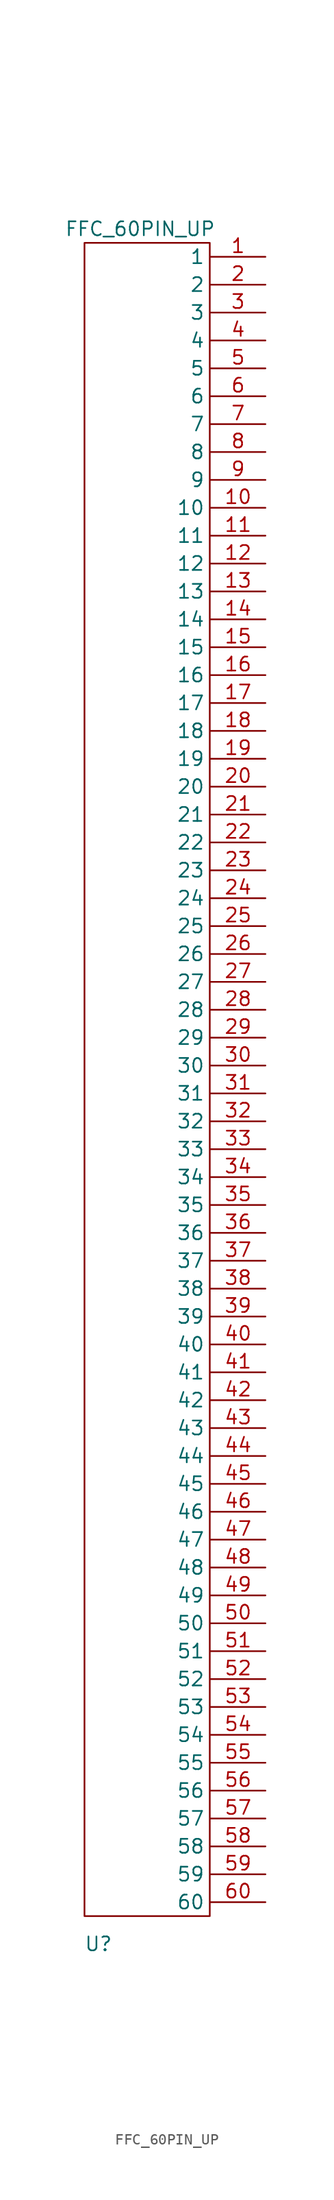
<source format=kicad_sym>
(kicad_symbol_lib
  (version 20211014)
  (generator kicad_symbol_editor)
  (symbol "FFC_60PIN_UP"
    (property "Reference" "U"
      (at 0 -152.4 0)
      (effects (font (size 1.27 1.27))))
    (property "Value" "FFC_60PIN_UP"
      (at 3.81 3.81 0)
      (effects (font (size 1.27 1.27))))
    (symbol "FFC_60PIN_UP_0_1"
      (rectangle (start -1.27 2.54) (end 10.16 -149.86) (stroke (width 0) (type default) (color 0 0 0 0)) (fill (type none))))
    (symbol "FFC_60PIN_UP_1_1"
      (pin input line (at 15.24 1.27 180) (length 5) (name "1" (effects (font (size 1.27 1.27)))) (number "1" (effects (font (size 1.27 1.27)))))
      (pin input line (at 15.24 -21.59 180) (length 5) (name "10" (effects (font (size 1.27 1.27)))) (number "10" (effects (font (size 1.27 1.27)))))
      (pin input line (at 15.24 -24.13 180) (length 5) (name "11" (effects (font (size 1.27 1.27)))) (number "11" (effects (font (size 1.27 1.27)))))
      (pin input line (at 15.24 -26.67 180) (length 5) (name "12" (effects (font (size 1.27 1.27)))) (number "12" (effects (font (size 1.27 1.27)))))
      (pin input line (at 15.24 -29.21 180) (length 5) (name "13" (effects (font (size 1.27 1.27)))) (number "13" (effects (font (size 1.27 1.27)))))
      (pin input line (at 15.24 -31.75 180) (length 5) (name "14" (effects (font (size 1.27 1.27)))) (number "14" (effects (font (size 1.27 1.27)))))
      (pin input line (at 15.24 -34.29 180) (length 5) (name "15" (effects (font (size 1.27 1.27)))) (number "15" (effects (font (size 1.27 1.27)))))
      (pin input line (at 15.24 -36.83 180) (length 5) (name "16" (effects (font (size 1.27 1.27)))) (number "16" (effects (font (size 1.27 1.27)))))
      (pin input line (at 15.24 -39.37 180) (length 5) (name "17" (effects (font (size 1.27 1.27)))) (number "17" (effects (font (size 1.27 1.27)))))
      (pin input line (at 15.24 -41.91 180) (length 5) (name "18" (effects (font (size 1.27 1.27)))) (number "18" (effects (font (size 1.27 1.27)))))
      (pin input line (at 15.24 -44.45 180) (length 5) (name "19" (effects (font (size 1.27 1.27)))) (number "19" (effects (font (size 1.27 1.27)))))
      (pin input line (at 15.24 -1.27 180) (length 5) (name "2" (effects (font (size 1.27 1.27)))) (number "2" (effects (font (size 1.27 1.27)))))
      (pin input line (at 15.24 -46.99 180) (length 5) (name "20" (effects (font (size 1.27 1.27)))) (number "20" (effects (font (size 1.27 1.27)))))
      (pin input line (at 15.24 -49.53 180) (length 5) (name "21" (effects (font (size 1.27 1.27)))) (number "21" (effects (font (size 1.27 1.27)))))
      (pin input line (at 15.24 -52.07 180) (length 5) (name "22" (effects (font (size 1.27 1.27)))) (number "22" (effects (font (size 1.27 1.27)))))
      (pin input line (at 15.24 -54.61 180) (length 5) (name "23" (effects (font (size 1.27 1.27)))) (number "23" (effects (font (size 1.27 1.27)))))
      (pin input line (at 15.24 -57.15 180) (length 5) (name "24" (effects (font (size 1.27 1.27)))) (number "24" (effects (font (size 1.27 1.27)))))
      (pin input line (at 15.24 -59.69 180) (length 5) (name "25" (effects (font (size 1.27 1.27)))) (number "25" (effects (font (size 1.27 1.27)))))
      (pin input line (at 15.24 -62.23 180) (length 5) (name "26" (effects (font (size 1.27 1.27)))) (number "26" (effects (font (size 1.27 1.27)))))
      (pin input line (at 15.24 -64.77 180) (length 5) (name "27" (effects (font (size 1.27 1.27)))) (number "27" (effects (font (size 1.27 1.27)))))
      (pin input line (at 15.24 -67.31 180) (length 5) (name "28" (effects (font (size 1.27 1.27)))) (number "28" (effects (font (size 1.27 1.27)))))
      (pin input line (at 15.24 -69.85 180) (length 5) (name "29" (effects (font (size 1.27 1.27)))) (number "29" (effects (font (size 1.27 1.27)))))
      (pin input line (at 15.24 -3.81 180) (length 5) (name "3" (effects (font (size 1.27 1.27)))) (number "3" (effects (font (size 1.27 1.27)))))
      (pin input line (at 15.24 -72.39 180) (length 5) (name "30" (effects (font (size 1.27 1.27)))) (number "30" (effects (font (size 1.27 1.27)))))
      (pin input line (at 15.24 -74.93 180) (length 5) (name "31" (effects (font (size 1.27 1.27)))) (number "31" (effects (font (size 1.27 1.27)))))
      (pin input line (at 15.24 -77.47 180) (length 5) (name "32" (effects (font (size 1.27 1.27)))) (number "32" (effects (font (size 1.27 1.27)))))
      (pin input line (at 15.24 -80.01 180) (length 5) (name "33" (effects (font (size 1.27 1.27)))) (number "33" (effects (font (size 1.27 1.27)))))
      (pin input line (at 15.24 -82.55 180) (length 5) (name "34" (effects (font (size 1.27 1.27)))) (number "34" (effects (font (size 1.27 1.27)))))
      (pin input line (at 15.24 -85.09 180) (length 5) (name "35" (effects (font (size 1.27 1.27)))) (number "35" (effects (font (size 1.27 1.27)))))
      (pin input line (at 15.24 -87.63 180) (length 5) (name "36" (effects (font (size 1.27 1.27)))) (number "36" (effects (font (size 1.27 1.27)))))
      (pin input line (at 15.24 -90.17 180) (length 5) (name "37" (effects (font (size 1.27 1.27)))) (number "37" (effects (font (size 1.27 1.27)))))
      (pin input line (at 15.24 -92.71 180) (length 5) (name "38" (effects (font (size 1.27 1.27)))) (number "38" (effects (font (size 1.27 1.27)))))
      (pin input line (at 15.24 -95.25 180) (length 5) (name "39" (effects (font (size 1.27 1.27)))) (number "39" (effects (font (size 1.27 1.27)))))
      (pin input line (at 15.24 -6.35 180) (length 5) (name "4" (effects (font (size 1.27 1.27)))) (number "4" (effects (font (size 1.27 1.27)))))
      (pin input line (at 15.24 -97.79 180) (length 5) (name "40" (effects (font (size 1.27 1.27)))) (number "40" (effects (font (size 1.27 1.27)))))
      (pin input line (at 15.24 -100.33 180) (length 5) (name "41" (effects (font (size 1.27 1.27)))) (number "41" (effects (font (size 1.27 1.27)))))
      (pin input line (at 15.24 -102.87 180) (length 5) (name "42" (effects (font (size 1.27 1.27)))) (number "42" (effects (font (size 1.27 1.27)))))
      (pin input line (at 15.24 -105.41 180) (length 5) (name "43" (effects (font (size 1.27 1.27)))) (number "43" (effects (font (size 1.27 1.27)))))
      (pin input line (at 15.24 -107.95 180) (length 5) (name "44" (effects (font (size 1.27 1.27)))) (number "44" (effects (font (size 1.27 1.27)))))
      (pin input line (at 15.24 -110.49 180) (length 5) (name "45" (effects (font (size 1.27 1.27)))) (number "45" (effects (font (size 1.27 1.27)))))
      (pin input line (at 15.24 -113.03 180) (length 5) (name "46" (effects (font (size 1.27 1.27)))) (number "46" (effects (font (size 1.27 1.27)))))
      (pin input line (at 15.24 -115.57 180) (length 5) (name "47" (effects (font (size 1.27 1.27)))) (number "47" (effects (font (size 1.27 1.27)))))
      (pin input line (at 15.24 -118.11 180) (length 5) (name "48" (effects (font (size 1.27 1.27)))) (number "48" (effects (font (size 1.27 1.27)))))
      (pin input line (at 15.24 -120.65 180) (length 5) (name "49" (effects (font (size 1.27 1.27)))) (number "49" (effects (font (size 1.27 1.27)))))
      (pin input line (at 15.24 -8.89 180) (length 5) (name "5" (effects (font (size 1.27 1.27)))) (number "5" (effects (font (size 1.27 1.27)))))
      (pin input line (at 15.24 -123.19 180) (length 5) (name "50" (effects (font (size 1.27 1.27)))) (number "50" (effects (font (size 1.27 1.27)))))
      (pin input line (at 15.24 -125.73 180) (length 5) (name "51" (effects (font (size 1.27 1.27)))) (number "51" (effects (font (size 1.27 1.27)))))
      (pin input line (at 15.24 -128.27 180) (length 5) (name "52" (effects (font (size 1.27 1.27)))) (number "52" (effects (font (size 1.27 1.27)))))
      (pin input line (at 15.24 -130.81 180) (length 5) (name "53" (effects (font (size 1.27 1.27)))) (number "53" (effects (font (size 1.27 1.27)))))
      (pin input line (at 15.24 -133.35 180) (length 5) (name "54" (effects (font (size 1.27 1.27)))) (number "54" (effects (font (size 1.27 1.27)))))
      (pin input line (at 15.24 -135.89 180) (length 5) (name "55" (effects (font (size 1.27 1.27)))) (number "55" (effects (font (size 1.27 1.27)))))
      (pin input line (at 15.24 -138.43 180) (length 5) (name "56" (effects (font (size 1.27 1.27)))) (number "56" (effects (font (size 1.27 1.27)))))
      (pin input line (at 15.24 -140.97 180) (length 5) (name "57" (effects (font (size 1.27 1.27)))) (number "57" (effects (font (size 1.27 1.27)))))
      (pin input line (at 15.24 -143.51 180) (length 5) (name "58" (effects (font (size 1.27 1.27)))) (number "58" (effects (font (size 1.27 1.27)))))
      (pin input line (at 15.24 -146.05 180) (length 5) (name "59" (effects (font (size 1.27 1.27)))) (number "59" (effects (font (size 1.27 1.27)))))
      (pin input line (at 15.24 -11.43 180) (length 5) (name "6" (effects (font (size 1.27 1.27)))) (number "6" (effects (font (size 1.27 1.27)))))
      (pin input line (at 15.24 -148.59 180) (length 5) (name "60" (effects (font (size 1.27 1.27)))) (number "60" (effects (font (size 1.27 1.27)))))
      (pin input line (at 15.24 -13.97 180) (length 5) (name "7" (effects (font (size 1.27 1.27)))) (number "7" (effects (font (size 1.27 1.27)))))
      (pin input line (at 15.24 -16.51 180) (length 5) (name "8" (effects (font (size 1.27 1.27)))) (number "8" (effects (font (size 1.27 1.27)))))
      (pin input line (at 15.24 -19.05 180) (length 5) (name "9" (effects (font (size 1.27 1.27)))) (number "9" (effects (font (size 1.27 1.27))))))))
</source>
